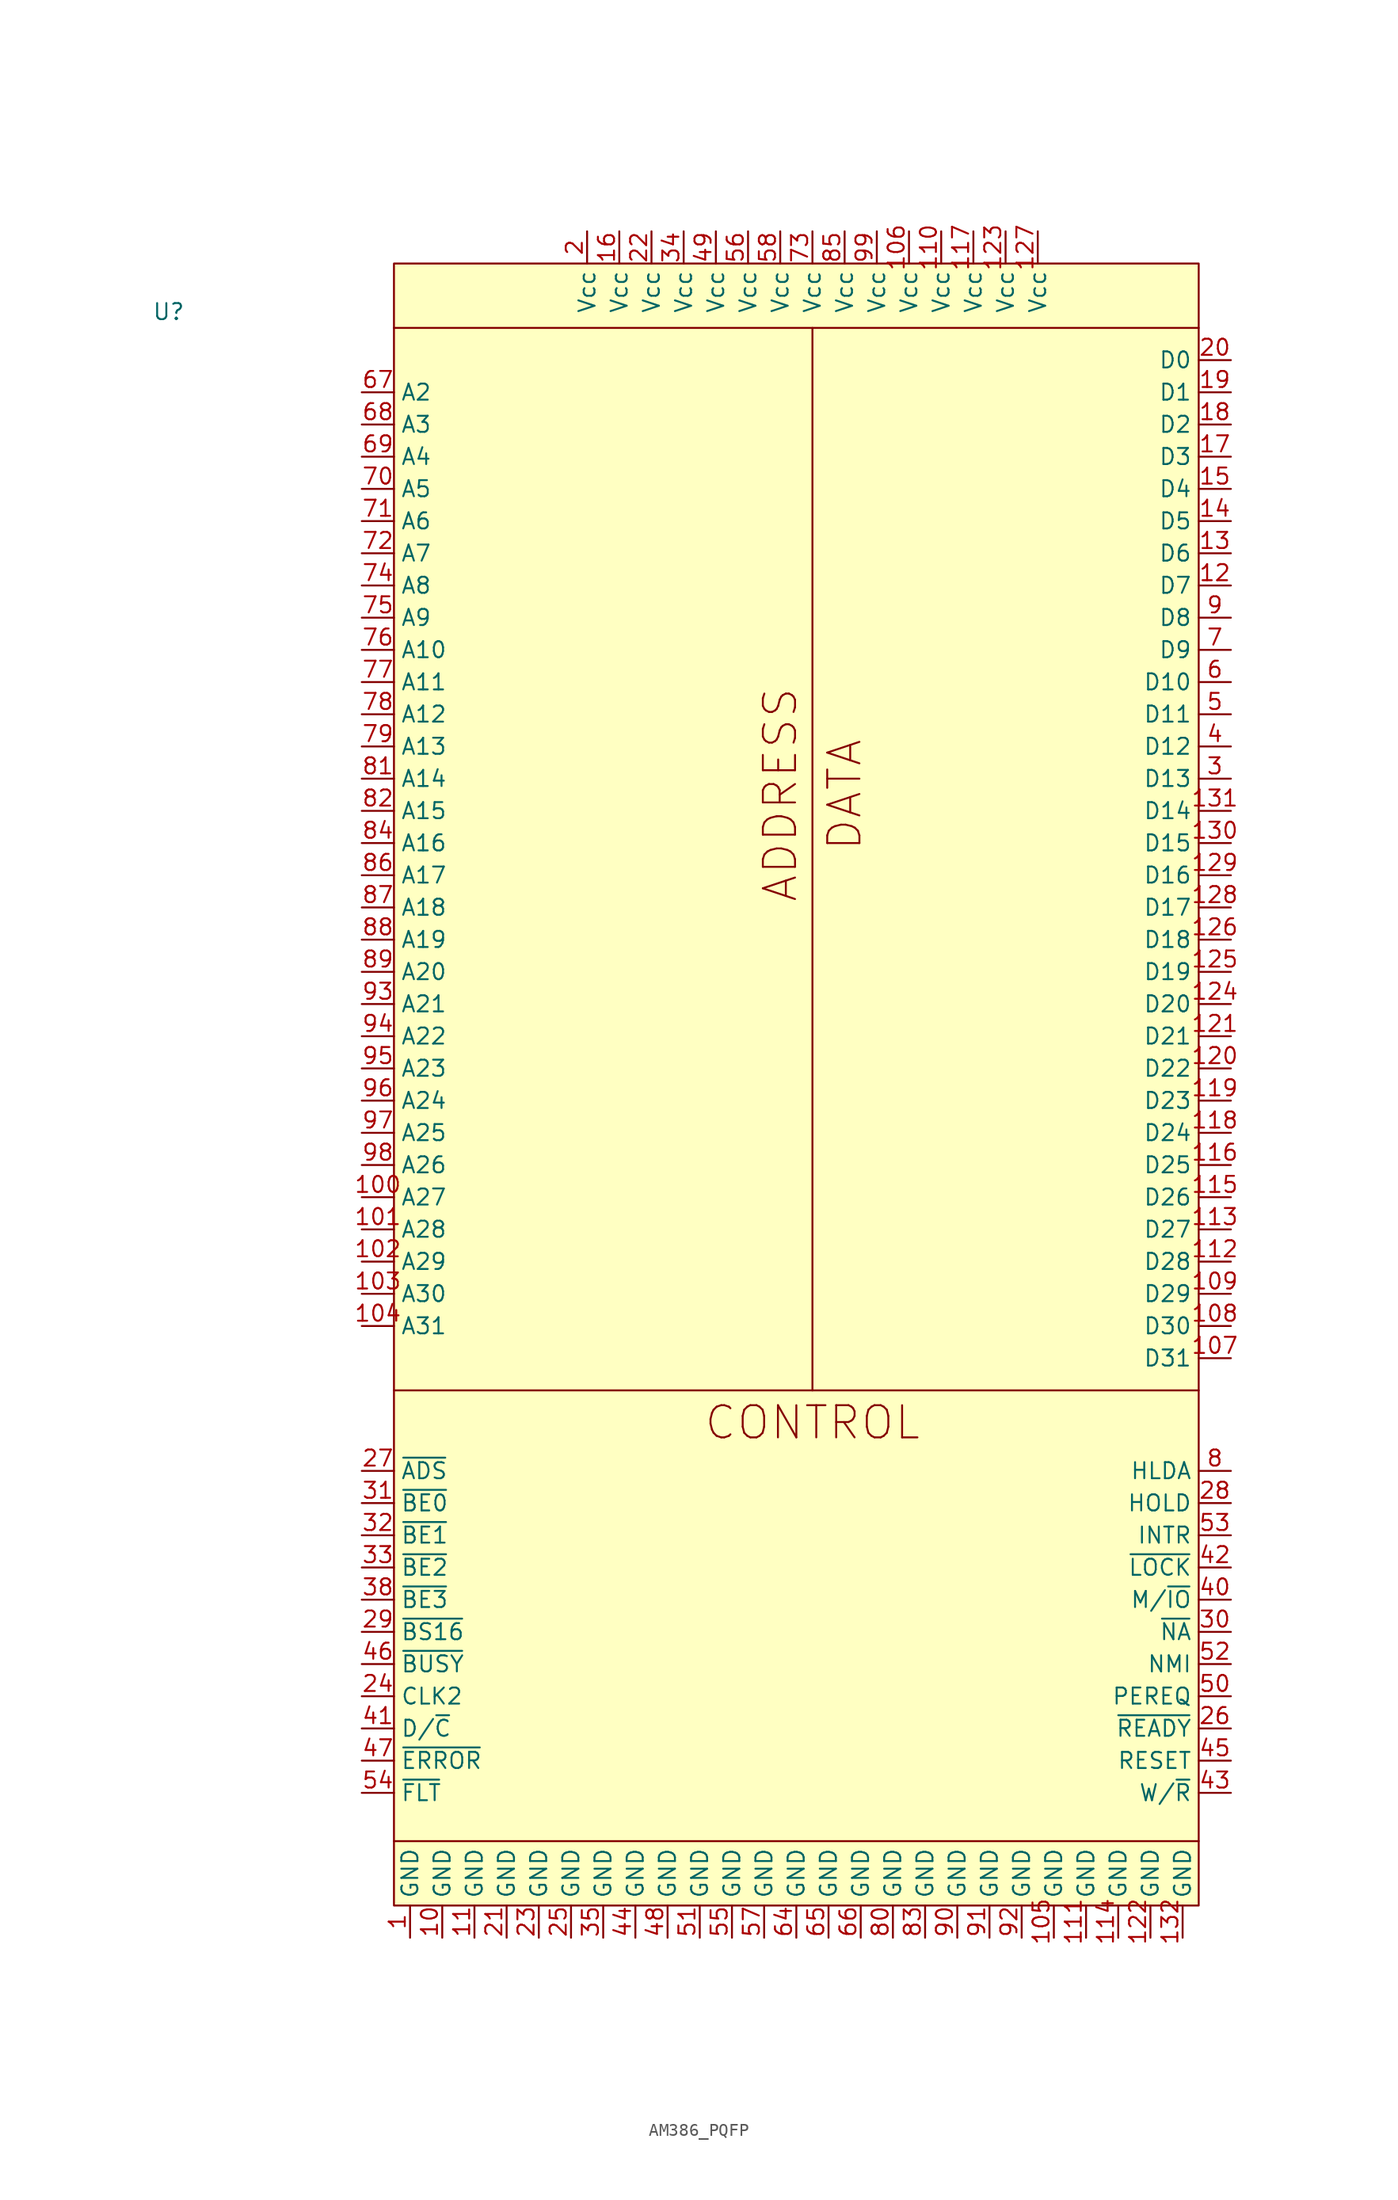
<source format=kicad_sym>
(kicad_symbol_lib
  (version 20220914)
  (generator kicad_symbol_editor)
  (symbol "AM386_PQFP"
    (property "Reference" "U"
      (at -39.37 36.83 0)
      (effects (font (size 1.27 1.27))))
    (property "Value" ""
      (at 0 0 0)
      (effects (font (size 1.27 1.27))))
    (symbol "AM386_PQFP_1_1"
      (rectangle (start -21.59 40.64) (end 41.91 -88.9) (stroke (width 0) (type default)) (fill (type background)))
      (polyline (pts (xy -21.59 -83.82) (xy 41.91 -83.82)) (stroke (width 0) (type default)) (fill (type none)))
      (polyline (pts (xy -21.59 35.56) (xy 41.91 35.56)) (stroke (width 0) (type default)) (fill (type none)))
      (polyline (pts (xy 11.43 35.56) (xy 11.43 -48.26)) (stroke (width 0) (type default)) (fill (type none)))
      (polyline (pts (xy 41.91 -48.26) (xy -21.59 -48.26)) (stroke (width 0) (type default)) (fill (type none)))
      (text "ADDRESS" (at 8.89 -1.27 900) (effects (font (size 2.54 2.54))))
      (text "CONTROL" (at 11.43 -50.8 0) (effects (font (size 2.54 2.54))))
      (text "DATA" (at 13.97 -1.27 900) (effects (font (size 2.54 2.54))))
      (pin power_in line (at -20.32 -91.44 90) (length 2.54) (name "GND" (effects (font (size 1.27 1.27)))) (number "1" (effects (font (size 1.27 1.27)))))
      (pin power_in line (at -17.78 -91.44 90) (length 2.54) (name "GND" (effects (font (size 1.27 1.27)))) (number "10" (effects (font (size 1.27 1.27)))))
      (pin output line (at -24.13 -33.02 0) (length 2.54) (name "A27" (effects (font (size 1.27 1.27)))) (number "100" (effects (font (size 1.27 1.27)))))
      (pin output line (at -24.13 -35.56 0) (length 2.54) (name "A28" (effects (font (size 1.27 1.27)))) (number "101" (effects (font (size 1.27 1.27)))))
      (pin output line (at -24.13 -38.1 0) (length 2.54) (name "A29" (effects (font (size 1.27 1.27)))) (number "102" (effects (font (size 1.27 1.27)))))
      (pin output line (at -24.13 -40.64 0) (length 2.54) (name "A30" (effects (font (size 1.27 1.27)))) (number "103" (effects (font (size 1.27 1.27)))))
      (pin output line (at -24.13 -43.18 0) (length 2.54) (name "A31" (effects (font (size 1.27 1.27)))) (number "104" (effects (font (size 1.27 1.27)))))
      (pin power_in line (at 30.48 -91.44 90) (length 2.54) (name "GND" (effects (font (size 1.27 1.27)))) (number "105" (effects (font (size 1.27 1.27)))))
      (pin power_in line (at 19.05 43.18 270) (length 2.54) (name "Vcc" (effects (font (size 1.27 1.27)))) (number "106" (effects (font (size 1.27 1.27)))))
      (pin bidirectional line (at 44.45 -45.72 180) (length 2.54) (name "D31" (effects (font (size 1.27 1.27)))) (number "107" (effects (font (size 1.27 1.27)))))
      (pin bidirectional line (at 44.45 -43.18 180) (length 2.54) (name "D30" (effects (font (size 1.27 1.27)))) (number "108" (effects (font (size 1.27 1.27)))))
      (pin bidirectional line (at 44.45 -40.64 180) (length 2.54) (name "D29" (effects (font (size 1.27 1.27)))) (number "109" (effects (font (size 1.27 1.27)))))
      (pin power_in line (at -15.24 -91.44 90) (length 2.54) (name "GND" (effects (font (size 1.27 1.27)))) (number "11" (effects (font (size 1.27 1.27)))))
      (pin power_in line (at 21.59 43.18 270) (length 2.54) (name "Vcc" (effects (font (size 1.27 1.27)))) (number "110" (effects (font (size 1.27 1.27)))))
      (pin power_in line (at 33.02 -91.44 90) (length 2.54) (name "GND" (effects (font (size 1.27 1.27)))) (number "111" (effects (font (size 1.27 1.27)))))
      (pin bidirectional line (at 44.45 -38.1 180) (length 2.54) (name "D28" (effects (font (size 1.27 1.27)))) (number "112" (effects (font (size 1.27 1.27)))))
      (pin bidirectional line (at 44.45 -35.56 180) (length 2.54) (name "D27" (effects (font (size 1.27 1.27)))) (number "113" (effects (font (size 1.27 1.27)))))
      (pin power_in line (at 35.56 -91.44 90) (length 2.54) (name "GND" (effects (font (size 1.27 1.27)))) (number "114" (effects (font (size 1.27 1.27)))))
      (pin bidirectional line (at 44.45 -33.02 180) (length 2.54) (name "D26" (effects (font (size 1.27 1.27)))) (number "115" (effects (font (size 1.27 1.27)))))
      (pin bidirectional line (at 44.45 -30.48 180) (length 2.54) (name "D25" (effects (font (size 1.27 1.27)))) (number "116" (effects (font (size 1.27 1.27)))))
      (pin power_in line (at 24.13 43.18 270) (length 2.54) (name "Vcc" (effects (font (size 1.27 1.27)))) (number "117" (effects (font (size 1.27 1.27)))))
      (pin bidirectional line (at 44.45 -27.94 180) (length 2.54) (name "D24" (effects (font (size 1.27 1.27)))) (number "118" (effects (font (size 1.27 1.27)))))
      (pin bidirectional line (at 44.45 -25.4 180) (length 2.54) (name "D23" (effects (font (size 1.27 1.27)))) (number "119" (effects (font (size 1.27 1.27)))))
      (pin bidirectional line (at 44.45 15.24 180) (length 2.54) (name "D7" (effects (font (size 1.27 1.27)))) (number "12" (effects (font (size 1.27 1.27)))))
      (pin bidirectional line (at 44.45 -22.86 180) (length 2.54) (name "D22" (effects (font (size 1.27 1.27)))) (number "120" (effects (font (size 1.27 1.27)))))
      (pin bidirectional line (at 44.45 -20.32 180) (length 2.54) (name "D21" (effects (font (size 1.27 1.27)))) (number "121" (effects (font (size 1.27 1.27)))))
      (pin power_in line (at 38.1 -91.44 90) (length 2.54) (name "GND" (effects (font (size 1.27 1.27)))) (number "122" (effects (font (size 1.27 1.27)))))
      (pin power_in line (at 26.67 43.18 270) (length 2.54) (name "Vcc" (effects (font (size 1.27 1.27)))) (number "123" (effects (font (size 1.27 1.27)))))
      (pin bidirectional line (at 44.45 -17.78 180) (length 2.54) (name "D20" (effects (font (size 1.27 1.27)))) (number "124" (effects (font (size 1.27 1.27)))))
      (pin bidirectional line (at 44.45 -15.24 180) (length 2.54) (name "D19" (effects (font (size 1.27 1.27)))) (number "125" (effects (font (size 1.27 1.27)))))
      (pin bidirectional line (at 44.45 -12.7 180) (length 2.54) (name "D18" (effects (font (size 1.27 1.27)))) (number "126" (effects (font (size 1.27 1.27)))))
      (pin power_in line (at 29.21 43.18 270) (length 2.54) (name "Vcc" (effects (font (size 1.27 1.27)))) (number "127" (effects (font (size 1.27 1.27)))))
      (pin bidirectional line (at 44.45 -10.16 180) (length 2.54) (name "D17" (effects (font (size 1.27 1.27)))) (number "128" (effects (font (size 1.27 1.27)))))
      (pin bidirectional line (at 44.45 -7.62 180) (length 2.54) (name "D16" (effects (font (size 1.27 1.27)))) (number "129" (effects (font (size 1.27 1.27)))))
      (pin bidirectional line (at 44.45 17.78 180) (length 2.54) (name "D6" (effects (font (size 1.27 1.27)))) (number "13" (effects (font (size 1.27 1.27)))))
      (pin bidirectional line (at 44.45 -5.08 180) (length 2.54) (name "D15" (effects (font (size 1.27 1.27)))) (number "130" (effects (font (size 1.27 1.27)))))
      (pin bidirectional line (at 44.45 -2.54 180) (length 2.54) (name "D14" (effects (font (size 1.27 1.27)))) (number "131" (effects (font (size 1.27 1.27)))))
      (pin power_in line (at 40.64 -91.44 90) (length 2.54) (name "GND" (effects (font (size 1.27 1.27)))) (number "132" (effects (font (size 1.27 1.27)))))
      (pin bidirectional line (at 44.45 20.32 180) (length 2.54) (name "D5" (effects (font (size 1.27 1.27)))) (number "14" (effects (font (size 1.27 1.27)))))
      (pin bidirectional line (at 44.45 22.86 180) (length 2.54) (name "D4" (effects (font (size 1.27 1.27)))) (number "15" (effects (font (size 1.27 1.27)))))
      (pin power_in line (at -3.81 43.18 270) (length 2.54) (name "Vcc" (effects (font (size 1.27 1.27)))) (number "16" (effects (font (size 1.27 1.27)))))
      (pin bidirectional line (at 44.45 25.4 180) (length 2.54) (name "D3" (effects (font (size 1.27 1.27)))) (number "17" (effects (font (size 1.27 1.27)))))
      (pin bidirectional line (at 44.45 27.94 180) (length 2.54) (name "D2" (effects (font (size 1.27 1.27)))) (number "18" (effects (font (size 1.27 1.27)))))
      (pin bidirectional line (at 44.45 30.48 180) (length 2.54) (name "D1" (effects (font (size 1.27 1.27)))) (number "19" (effects (font (size 1.27 1.27)))))
      (pin power_in line (at -6.35 43.18 270) (length 2.54) (name "Vcc" (effects (font (size 1.27 1.27)))) (number "2" (effects (font (size 1.27 1.27)))))
      (pin bidirectional line (at 44.45 33.02 180) (length 2.54) (name "D0" (effects (font (size 1.27 1.27)))) (number "20" (effects (font (size 1.27 1.27)))))
      (pin power_in line (at -12.7 -91.44 90) (length 2.54) (name "GND" (effects (font (size 1.27 1.27)))) (number "21" (effects (font (size 1.27 1.27)))))
      (pin power_in line (at -1.27 43.18 270) (length 2.54) (name "Vcc" (effects (font (size 1.27 1.27)))) (number "22" (effects (font (size 1.27 1.27)))))
      (pin power_in line (at -10.16 -91.44 90) (length 2.54) (name "GND" (effects (font (size 1.27 1.27)))) (number "23" (effects (font (size 1.27 1.27)))))
      (pin unspecified line (at -24.13 -72.39 0) (length 2.54) (name "CLK2" (effects (font (size 1.27 1.27)))) (number "24" (effects (font (size 1.27 1.27)))))
      (pin power_in line (at -7.62 -91.44 90) (length 2.54) (name "GND" (effects (font (size 1.27 1.27)))) (number "25" (effects (font (size 1.27 1.27)))))
      (pin unspecified line (at 44.45 -74.93 180) (length 2.54) (name "~{READY}" (effects (font (size 1.27 1.27)))) (number "26" (effects (font (size 1.27 1.27)))))
      (pin unspecified line (at -24.13 -54.61 0) (length 2.54) (name "~{ADS}" (effects (font (size 1.27 1.27)))) (number "27" (effects (font (size 1.27 1.27)))))
      (pin unspecified line (at 44.45 -57.15 180) (length 2.54) (name "HOLD" (effects (font (size 1.27 1.27)))) (number "28" (effects (font (size 1.27 1.27)))))
      (pin unspecified line (at -24.13 -67.31 0) (length 2.54) (name "~{BS16}" (effects (font (size 1.27 1.27)))) (number "29" (effects (font (size 1.27 1.27)))))
      (pin bidirectional line (at 44.45 0 180) (length 2.54) (name "D13" (effects (font (size 1.27 1.27)))) (number "3" (effects (font (size 1.27 1.27)))))
      (pin unspecified line (at 44.45 -67.31 180) (length 2.54) (name "~{NA}" (effects (font (size 1.27 1.27)))) (number "30" (effects (font (size 1.27 1.27)))))
      (pin unspecified line (at -24.13 -57.15 0) (length 2.54) (name "~{BE0}" (effects (font (size 1.27 1.27)))) (number "31" (effects (font (size 1.27 1.27)))))
      (pin unspecified line (at -24.13 -59.69 0) (length 2.54) (name "~{BE1}" (effects (font (size 1.27 1.27)))) (number "32" (effects (font (size 1.27 1.27)))))
      (pin unspecified line (at -24.13 -62.23 0) (length 2.54) (name "~{BE2}" (effects (font (size 1.27 1.27)))) (number "33" (effects (font (size 1.27 1.27)))))
      (pin power_in line (at 1.27 43.18 270) (length 2.54) (name "Vcc" (effects (font (size 1.27 1.27)))) (number "34" (effects (font (size 1.27 1.27)))))
      (pin power_in line (at -5.08 -91.44 90) (length 2.54) (name "GND" (effects (font (size 1.27 1.27)))) (number "35" (effects (font (size 1.27 1.27)))))
      (pin unspecified line (at -24.13 -64.77 0) (length 2.54) (name "~{BE3}" (effects (font (size 1.27 1.27)))) (number "38" (effects (font (size 1.27 1.27)))))
      (pin bidirectional line (at 44.45 2.54 180) (length 2.54) (name "D12" (effects (font (size 1.27 1.27)))) (number "4" (effects (font (size 1.27 1.27)))))
      (pin unspecified line (at 44.45 -64.77 180) (length 2.54) (name "M/~{IO}" (effects (font (size 1.27 1.27)))) (number "40" (effects (font (size 1.27 1.27)))))
      (pin unspecified line (at -24.13 -74.93 0) (length 2.54) (name "D/~{C}" (effects (font (size 1.27 1.27)))) (number "41" (effects (font (size 1.27 1.27)))))
      (pin unspecified line (at 44.45 -62.23 180) (length 2.54) (name "~{LOCK}" (effects (font (size 1.27 1.27)))) (number "42" (effects (font (size 1.27 1.27)))))
      (pin unspecified line (at 44.45 -80.01 180) (length 2.54) (name "W/~{R}" (effects (font (size 1.27 1.27)))) (number "43" (effects (font (size 1.27 1.27)))))
      (pin power_in line (at -2.54 -91.44 90) (length 2.54) (name "GND" (effects (font (size 1.27 1.27)))) (number "44" (effects (font (size 1.27 1.27)))))
      (pin unspecified line (at 44.45 -77.47 180) (length 2.54) (name "RESET" (effects (font (size 1.27 1.27)))) (number "45" (effects (font (size 1.27 1.27)))))
      (pin unspecified line (at -24.13 -69.85 0) (length 2.54) (name "~{BUSY}" (effects (font (size 1.27 1.27)))) (number "46" (effects (font (size 1.27 1.27)))))
      (pin unspecified line (at -24.13 -77.47 0) (length 2.54) (name "~{ERROR}" (effects (font (size 1.27 1.27)))) (number "47" (effects (font (size 1.27 1.27)))))
      (pin power_in line (at 0 -91.44 90) (length 2.54) (name "GND" (effects (font (size 1.27 1.27)))) (number "48" (effects (font (size 1.27 1.27)))))
      (pin power_in line (at 3.81 43.18 270) (length 2.54) (name "Vcc" (effects (font (size 1.27 1.27)))) (number "49" (effects (font (size 1.27 1.27)))))
      (pin bidirectional line (at 44.45 5.08 180) (length 2.54) (name "D11" (effects (font (size 1.27 1.27)))) (number "5" (effects (font (size 1.27 1.27)))))
      (pin unspecified line (at 44.45 -72.39 180) (length 2.54) (name "PEREQ" (effects (font (size 1.27 1.27)))) (number "50" (effects (font (size 1.27 1.27)))))
      (pin power_in line (at 2.54 -91.44 90) (length 2.54) (name "GND" (effects (font (size 1.27 1.27)))) (number "51" (effects (font (size 1.27 1.27)))))
      (pin unspecified line (at 44.45 -69.85 180) (length 2.54) (name "NMI" (effects (font (size 1.27 1.27)))) (number "52" (effects (font (size 1.27 1.27)))))
      (pin unspecified line (at 44.45 -59.69 180) (length 2.54) (name "INTR" (effects (font (size 1.27 1.27)))) (number "53" (effects (font (size 1.27 1.27)))))
      (pin unspecified line (at -24.13 -80.01 0) (length 2.54) (name "~{FLT}" (effects (font (size 1.27 1.27)))) (number "54" (effects (font (size 1.27 1.27)))))
      (pin power_in line (at 5.08 -91.44 90) (length 2.54) (name "GND" (effects (font (size 1.27 1.27)))) (number "55" (effects (font (size 1.27 1.27)))))
      (pin power_in line (at 6.35 43.18 270) (length 2.54) (name "Vcc" (effects (font (size 1.27 1.27)))) (number "56" (effects (font (size 1.27 1.27)))))
      (pin power_in line (at 7.62 -91.44 90) (length 2.54) (name "GND" (effects (font (size 1.27 1.27)))) (number "57" (effects (font (size 1.27 1.27)))))
      (pin power_in line (at 8.89 43.18 270) (length 2.54) (name "Vcc" (effects (font (size 1.27 1.27)))) (number "58" (effects (font (size 1.27 1.27)))))
      (pin bidirectional line (at 44.45 7.62 180) (length 2.54) (name "D10" (effects (font (size 1.27 1.27)))) (number "6" (effects (font (size 1.27 1.27)))))
      (pin power_in line (at 10.16 -91.44 90) (length 2.54) (name "GND" (effects (font (size 1.27 1.27)))) (number "64" (effects (font (size 1.27 1.27)))))
      (pin power_in line (at 12.7 -91.44 90) (length 2.54) (name "GND" (effects (font (size 1.27 1.27)))) (number "65" (effects (font (size 1.27 1.27)))))
      (pin power_in line (at 15.24 -91.44 90) (length 2.54) (name "GND" (effects (font (size 1.27 1.27)))) (number "66" (effects (font (size 1.27 1.27)))))
      (pin output line (at -24.13 30.48 0) (length 2.54) (name "A2" (effects (font (size 1.27 1.27)))) (number "67" (effects (font (size 1.27 1.27)))))
      (pin output line (at -24.13 27.94 0) (length 2.54) (name "A3" (effects (font (size 1.27 1.27)))) (number "68" (effects (font (size 1.27 1.27)))))
      (pin output line (at -24.13 25.4 0) (length 2.54) (name "A4" (effects (font (size 1.27 1.27)))) (number "69" (effects (font (size 1.27 1.27)))))
      (pin bidirectional line (at 44.45 10.16 180) (length 2.54) (name "D9" (effects (font (size 1.27 1.27)))) (number "7" (effects (font (size 1.27 1.27)))))
      (pin output line (at -24.13 22.86 0) (length 2.54) (name "A5" (effects (font (size 1.27 1.27)))) (number "70" (effects (font (size 1.27 1.27)))))
      (pin output line (at -24.13 20.32 0) (length 2.54) (name "A6" (effects (font (size 1.27 1.27)))) (number "71" (effects (font (size 1.27 1.27)))))
      (pin output line (at -24.13 17.78 0) (length 2.54) (name "A7" (effects (font (size 1.27 1.27)))) (number "72" (effects (font (size 1.27 1.27)))))
      (pin power_in line (at 11.43 43.18 270) (length 2.54) (name "Vcc" (effects (font (size 1.27 1.27)))) (number "73" (effects (font (size 1.27 1.27)))))
      (pin output line (at -24.13 15.24 0) (length 2.54) (name "A8" (effects (font (size 1.27 1.27)))) (number "74" (effects (font (size 1.27 1.27)))))
      (pin output line (at -24.13 12.7 0) (length 2.54) (name "A9" (effects (font (size 1.27 1.27)))) (number "75" (effects (font (size 1.27 1.27)))))
      (pin output line (at -24.13 10.16 0) (length 2.54) (name "A10" (effects (font (size 1.27 1.27)))) (number "76" (effects (font (size 1.27 1.27)))))
      (pin output line (at -24.13 7.62 0) (length 2.54) (name "A11" (effects (font (size 1.27 1.27)))) (number "77" (effects (font (size 1.27 1.27)))))
      (pin output line (at -24.13 5.08 0) (length 2.54) (name "A12" (effects (font (size 1.27 1.27)))) (number "78" (effects (font (size 1.27 1.27)))))
      (pin output line (at -24.13 2.54 0) (length 2.54) (name "A13" (effects (font (size 1.27 1.27)))) (number "79" (effects (font (size 1.27 1.27)))))
      (pin unspecified line (at 44.45 -54.61 180) (length 2.54) (name "HLDA" (effects (font (size 1.27 1.27)))) (number "8" (effects (font (size 1.27 1.27)))))
      (pin power_in line (at 17.78 -91.44 90) (length 2.54) (name "GND" (effects (font (size 1.27 1.27)))) (number "80" (effects (font (size 1.27 1.27)))))
      (pin output line (at -24.13 0 0) (length 2.54) (name "A14" (effects (font (size 1.27 1.27)))) (number "81" (effects (font (size 1.27 1.27)))))
      (pin output line (at -24.13 -2.54 0) (length 2.54) (name "A15" (effects (font (size 1.27 1.27)))) (number "82" (effects (font (size 1.27 1.27)))))
      (pin power_in line (at 20.32 -91.44 90) (length 2.54) (name "GND" (effects (font (size 1.27 1.27)))) (number "83" (effects (font (size 1.27 1.27)))))
      (pin output line (at -24.13 -5.08 0) (length 2.54) (name "A16" (effects (font (size 1.27 1.27)))) (number "84" (effects (font (size 1.27 1.27)))))
      (pin power_in line (at 13.97 43.18 270) (length 2.54) (name "Vcc" (effects (font (size 1.27 1.27)))) (number "85" (effects (font (size 1.27 1.27)))))
      (pin output line (at -24.13 -7.62 0) (length 2.54) (name "A17" (effects (font (size 1.27 1.27)))) (number "86" (effects (font (size 1.27 1.27)))))
      (pin output line (at -24.13 -10.16 0) (length 2.54) (name "A18" (effects (font (size 1.27 1.27)))) (number "87" (effects (font (size 1.27 1.27)))))
      (pin output line (at -24.13 -12.7 0) (length 2.54) (name "A19" (effects (font (size 1.27 1.27)))) (number "88" (effects (font (size 1.27 1.27)))))
      (pin output line (at -24.13 -15.24 0) (length 2.54) (name "A20" (effects (font (size 1.27 1.27)))) (number "89" (effects (font (size 1.27 1.27)))))
      (pin bidirectional line (at 44.45 12.7 180) (length 2.54) (name "D8" (effects (font (size 1.27 1.27)))) (number "9" (effects (font (size 1.27 1.27)))))
      (pin power_in line (at 22.86 -91.44 90) (length 2.54) (name "GND" (effects (font (size 1.27 1.27)))) (number "90" (effects (font (size 1.27 1.27)))))
      (pin power_in line (at 25.4 -91.44 90) (length 2.54) (name "GND" (effects (font (size 1.27 1.27)))) (number "91" (effects (font (size 1.27 1.27)))))
      (pin power_in line (at 27.94 -91.44 90) (length 2.54) (name "GND" (effects (font (size 1.27 1.27)))) (number "92" (effects (font (size 1.27 1.27)))))
      (pin output line (at -24.13 -17.78 0) (length 2.54) (name "A21" (effects (font (size 1.27 1.27)))) (number "93" (effects (font (size 1.27 1.27)))))
      (pin output line (at -24.13 -20.32 0) (length 2.54) (name "A22" (effects (font (size 1.27 1.27)))) (number "94" (effects (font (size 1.27 1.27)))))
      (pin output line (at -24.13 -22.86 0) (length 2.54) (name "A23" (effects (font (size 1.27 1.27)))) (number "95" (effects (font (size 1.27 1.27)))))
      (pin output line (at -24.13 -25.4 0) (length 2.54) (name "A24" (effects (font (size 1.27 1.27)))) (number "96" (effects (font (size 1.27 1.27)))))
      (pin output line (at -24.13 -27.94 0) (length 2.54) (name "A25" (effects (font (size 1.27 1.27)))) (number "97" (effects (font (size 1.27 1.27)))))
      (pin output line (at -24.13 -30.48 0) (length 2.54) (name "A26" (effects (font (size 1.27 1.27)))) (number "98" (effects (font (size 1.27 1.27)))))
      (pin power_in line (at 16.51 43.18 270) (length 2.54) (name "Vcc" (effects (font (size 1.27 1.27)))) (number "99" (effects (font (size 1.27 1.27))))))))
</source>
